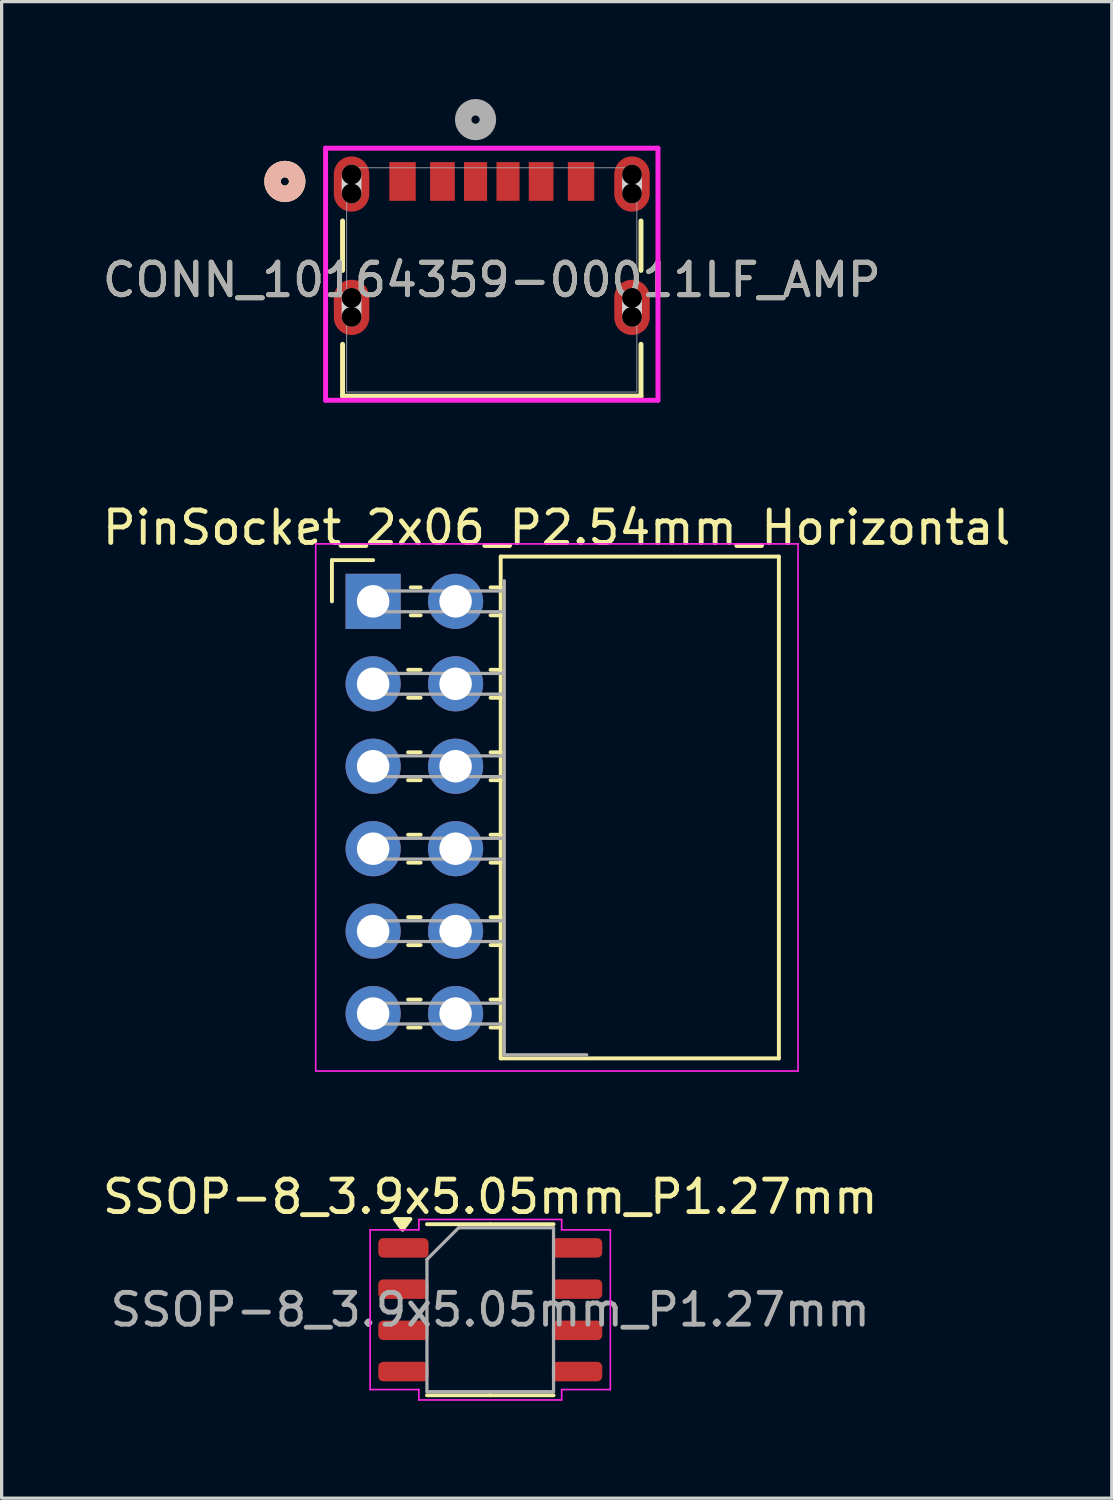
<source format=kicad_pcb>
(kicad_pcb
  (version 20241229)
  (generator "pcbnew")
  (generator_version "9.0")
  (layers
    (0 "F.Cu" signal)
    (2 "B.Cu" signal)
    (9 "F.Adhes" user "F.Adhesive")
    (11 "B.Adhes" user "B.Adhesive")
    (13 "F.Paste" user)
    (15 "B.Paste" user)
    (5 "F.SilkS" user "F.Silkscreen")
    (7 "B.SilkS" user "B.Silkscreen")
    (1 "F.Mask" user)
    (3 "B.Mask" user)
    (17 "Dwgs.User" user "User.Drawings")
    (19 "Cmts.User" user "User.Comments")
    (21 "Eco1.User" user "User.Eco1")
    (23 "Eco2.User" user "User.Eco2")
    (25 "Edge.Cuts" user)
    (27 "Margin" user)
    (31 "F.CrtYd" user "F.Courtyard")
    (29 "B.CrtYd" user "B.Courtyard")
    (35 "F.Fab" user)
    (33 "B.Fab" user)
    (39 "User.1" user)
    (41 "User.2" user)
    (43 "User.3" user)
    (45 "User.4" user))
  (footprint "SSOP-8_3.9x5.05mm_P1.27mm"
    (layer "F.Cu")
    (at 12.054 37.301)
    (property "Reference" "SSOP-8_3.9x5.05mm_P1.27mm" (at 0 -3.48 0) (layer "F.SilkS") (effects (font (size 1 1) (thickness 0.15))))
    (attr smd)
    (fp_line (start 0 -2.635) (end -1.95 -2.635) (stroke (width 0.12) (type solid)) (layer "F.SilkS"))
    (fp_line (start 0 -2.635) (end 1.95 -2.635) (stroke (width 0.12) (type solid)) (layer "F.SilkS"))
    (fp_line (start 0 2.635) (end -1.95 2.635) (stroke (width 0.12) (type solid)) (layer "F.SilkS"))
    (fp_line (start 0 2.635) (end 1.95 2.635) (stroke (width 0.12) (type solid)) (layer "F.SilkS"))
    (fp_poly (pts (xy -2.7 -2.465) (xy -2.94 -2.795) (xy -2.46 -2.795)) (stroke (width 0.12) (type solid)) (fill yes) (layer "F.SilkS"))
    (fp_line (start -3.7 -2.46) (end -2.2 -2.46) (stroke (width 0.05) (type solid)) (layer "F.CrtYd"))
    (fp_line (start -3.7 2.46) (end -3.7 -2.46) (stroke (width 0.05) (type solid)) (layer "F.CrtYd"))
    (fp_line (start -2.2 -2.78) (end 2.2 -2.78) (stroke (width 0.05) (type solid)) (layer "F.CrtYd"))
    (fp_line (start -2.2 -2.46) (end -2.2 -2.78) (stroke (width 0.05) (type solid)) (layer "F.CrtYd"))
    (fp_line (start -2.2 2.46) (end -3.7 2.46) (stroke (width 0.05) (type solid)) (layer "F.CrtYd"))
    (fp_line (start -2.2 2.78) (end -2.2 2.46) (stroke (width 0.05) (type solid)) (layer "F.CrtYd"))
    (fp_line (start 2.2 -2.78) (end 2.2 -2.46) (stroke (width 0.05) (type solid)) (layer "F.CrtYd"))
    (fp_line (start 2.2 -2.46) (end 3.7 -2.46) (stroke (width 0.05) (type solid)) (layer "F.CrtYd"))
    (fp_line (start 2.2 2.46) (end 2.2 2.78) (stroke (width 0.05) (type solid)) (layer "F.CrtYd"))
    (fp_line (start 2.2 2.78) (end -2.2 2.78) (stroke (width 0.05) (type solid)) (layer "F.CrtYd"))
    (fp_line (start 3.7 -2.46) (end 3.7 2.46) (stroke (width 0.05) (type solid)) (layer "F.CrtYd"))
    (fp_line (start 3.7 2.46) (end 2.2 2.46) (stroke (width 0.05) (type solid)) (layer "F.CrtYd"))
    (fp_line (start -1.95 -1.55) (end -0.975 -2.525) (stroke (width 0.1) (type solid)) (layer "F.Fab"))
    (fp_line (start -1.95 2.525) (end -1.95 -1.55) (stroke (width 0.1) (type solid)) (layer "F.Fab"))
    (fp_line (start -0.975 -2.525) (end 1.95 -2.525) (stroke (width 0.1) (type solid)) (layer "F.Fab"))
    (fp_line (start 1.95 -2.525) (end 1.95 2.525) (stroke (width 0.1) (type solid)) (layer "F.Fab"))
    (fp_line (start 1.95 2.525) (end -1.95 2.525) (stroke (width 0.1) (type solid)) (layer "F.Fab"))
    (fp_text user "${REFERENCE}" (at 0 0 0) (layer "F.Fab") (effects (font (size 0.98 0.98) (thickness 0.15))))
    (pad "1" smd roundrect (at -2.675 -1.905) (size 1.55 0.6) (layers "F.Cu" "F.Mask" "F.Paste") (roundrect_rratio 0.25))
    (pad "2" smd roundrect (at -2.675 -0.635) (size 1.55 0.6) (layers "F.Cu" "F.Mask" "F.Paste") (roundrect_rratio 0.25))
    (pad "3" smd roundrect (at -2.675 0.635) (size 1.55 0.6) (layers "F.Cu" "F.Mask" "F.Paste") (roundrect_rratio 0.25))
    (pad "4" smd roundrect (at -2.675 1.905) (size 1.55 0.6) (layers "F.Cu" "F.Mask" "F.Paste") (roundrect_rratio 0.25))
    (pad "5" smd roundrect (at 2.675 1.905) (size 1.55 0.6) (layers "F.Cu" "F.Mask" "F.Paste") (roundrect_rratio 0.25))
    (pad "6" smd roundrect (at 2.675 0.635) (size 1.55 0.6) (layers "F.Cu" "F.Mask" "F.Paste") (roundrect_rratio 0.25))
    (pad "7" smd roundrect (at 2.675 -0.635) (size 1.55 0.6) (layers "F.Cu" "F.Mask" "F.Paste") (roundrect_rratio 0.25))
    (pad "8" smd roundrect (at 2.675 -1.905) (size 1.55 0.6) (layers "F.Cu" "F.Mask" "F.Paste") (roundrect_rratio 0.25)))
  (footprint "PinSocket_2x06_P2.54mm_Horizontal"
    (layer "F.Cu")
    (at 8.446 15.477)
    (property "Reference" "PinSocket_2x06_P2.54mm_Horizontal" (at 5.655 -2.27 0) (layer "F.SilkS") (effects (font (size 1 1) (thickness 0.15))))
    (attr through_hole)
    (fp_line (start -1.27 -1.27) (end 0 -1.27) (stroke (width 0.12) (type solid)) (layer "F.SilkS"))
    (fp_line (start -1.27 0) (end -1.27 -1.27) (stroke (width 0.12) (type solid)) (layer "F.SilkS"))
    (fp_line (start 1.077 2.11) (end 1.463 2.11) (stroke (width 0.12) (type solid)) (layer "F.SilkS"))
    (fp_line (start 1.077 2.97) (end 1.463 2.97) (stroke (width 0.12) (type solid)) (layer "F.SilkS"))
    (fp_line (start 1.077 4.65) (end 1.463 4.65) (stroke (width 0.12) (type solid)) (layer "F.SilkS"))
    (fp_line (start 1.077 5.51) (end 1.463 5.51) (stroke (width 0.12) (type solid)) (layer "F.SilkS"))
    (fp_line (start 1.077 7.19) (end 1.463 7.19) (stroke (width 0.12) (type solid)) (layer "F.SilkS"))
    (fp_line (start 1.077 8.05) (end 1.463 8.05) (stroke (width 0.12) (type solid)) (layer "F.SilkS"))
    (fp_line (start 1.077 9.73) (end 1.463 9.73) (stroke (width 0.12) (type solid)) (layer "F.SilkS"))
    (fp_line (start 1.077 10.59) (end 1.463 10.59) (stroke (width 0.12) (type solid)) (layer "F.SilkS"))
    (fp_line (start 1.077 12.27) (end 1.463 12.27) (stroke (width 0.12) (type solid)) (layer "F.SilkS"))
    (fp_line (start 1.077 13.13) (end 1.463 13.13) (stroke (width 0.12) (type solid)) (layer "F.SilkS"))
    (fp_line (start 1.16 -0.43) (end 1.463 -0.43) (stroke (width 0.12) (type solid)) (layer "F.SilkS"))
    (fp_line (start 1.16 0.43) (end 1.463 0.43) (stroke (width 0.12) (type solid)) (layer "F.SilkS"))
    (fp_line (start 3.617 -0.43) (end 3.93 -0.43) (stroke (width 0.12) (type solid)) (layer "F.SilkS"))
    (fp_line (start 3.617 0.43) (end 3.93 0.43) (stroke (width 0.12) (type solid)) (layer "F.SilkS"))
    (fp_line (start 3.617 2.11) (end 3.93 2.11) (stroke (width 0.12) (type solid)) (layer "F.SilkS"))
    (fp_line (start 3.617 2.97) (end 3.93 2.97) (stroke (width 0.12) (type solid)) (layer "F.SilkS"))
    (fp_line (start 3.617 4.65) (end 3.93 4.65) (stroke (width 0.12) (type solid)) (layer "F.SilkS"))
    (fp_line (start 3.617 5.51) (end 3.93 5.51) (stroke (width 0.12) (type solid)) (layer "F.SilkS"))
    (fp_line (start 3.617 7.19) (end 3.93 7.19) (stroke (width 0.12) (type solid)) (layer "F.SilkS"))
    (fp_line (start 3.617 8.05) (end 3.93 8.05) (stroke (width 0.12) (type solid)) (layer "F.SilkS"))
    (fp_line (start 3.617 9.73) (end 3.93 9.73) (stroke (width 0.12) (type solid)) (layer "F.SilkS"))
    (fp_line (start 3.617 10.59) (end 3.93 10.59) (stroke (width 0.12) (type solid)) (layer "F.SilkS"))
    (fp_line (start 3.617 12.27) (end 3.93 12.27) (stroke (width 0.12) (type solid)) (layer "F.SilkS"))
    (fp_line (start 3.617 13.13) (end 3.93 13.13) (stroke (width 0.12) (type solid)) (layer "F.SilkS"))
    (fp_line (start 3.93 -1.38) (end 3.93 14.08) (stroke (width 0.12) (type solid)) (layer "F.SilkS"))
    (fp_line (start 3.93 14.08) (end 12.5 14.08) (stroke (width 0.12) (type solid)) (layer "F.SilkS"))
    (fp_line (start 12.5 -1.38) (end 3.93 -1.38) (stroke (width 0.12) (type solid)) (layer "F.SilkS"))
    (fp_line (start 12.5 14.08) (end 12.5 -1.38) (stroke (width 0.12) (type solid)) (layer "F.SilkS"))
    (fp_line (start -1.77 -1.77) (end -1.77 14.47) (stroke (width 0.05) (type solid)) (layer "F.CrtYd"))
    (fp_line (start -1.77 14.47) (end 13.09 14.47) (stroke (width 0.05) (type solid)) (layer "F.CrtYd"))
    (fp_line (start 13.09 -1.77) (end -1.77 -1.77) (stroke (width 0.05) (type solid)) (layer "F.CrtYd"))
    (fp_line (start 13.09 14.47) (end 13.09 -1.77) (stroke (width 0.05) (type solid)) (layer "F.CrtYd"))
    (fp_line (start -0.32 -0.32) (end -0.32 0.32) (stroke (width 0.1) (type solid)) (layer "F.Fab"))
    (fp_line (start -0.32 -0.32) (end 4.04 -0.32) (stroke (width 0.1) (type solid)) (layer "F.Fab"))
    (fp_line (start -0.32 0.32) (end 4.04 0.32) (stroke (width 0.1) (type solid)) (layer "F.Fab"))
    (fp_line (start -0.32 2.22) (end -0.32 2.86) (stroke (width 0.1) (type solid)) (layer "F.Fab"))
    (fp_line (start -0.32 2.22) (end 4.04 2.22) (stroke (width 0.1) (type solid)) (layer "F.Fab"))
    (fp_line (start -0.32 2.86) (end 4.04 2.86) (stroke (width 0.1) (type solid)) (layer "F.Fab"))
    (fp_line (start -0.32 4.76) (end -0.32 5.4) (stroke (width 0.1) (type solid)) (layer "F.Fab"))
    (fp_line (start -0.32 4.76) (end 4.04 4.76) (stroke (width 0.1) (type solid)) (layer "F.Fab"))
    (fp_line (start -0.32 5.4) (end 4.04 5.4) (stroke (width 0.1) (type solid)) (layer "F.Fab"))
    (fp_line (start -0.32 7.3) (end -0.32 7.94) (stroke (width 0.1) (type solid)) (layer "F.Fab"))
    (fp_line (start -0.32 7.3) (end 4.04 7.3) (stroke (width 0.1) (type solid)) (layer "F.Fab"))
    (fp_line (start -0.32 7.94) (end 4.04 7.94) (stroke (width 0.1) (type solid)) (layer "F.Fab"))
    (fp_line (start -0.32 9.84) (end -0.32 10.48) (stroke (width 0.1) (type solid)) (layer "F.Fab"))
    (fp_line (start -0.32 9.84) (end 4.04 9.84) (stroke (width 0.1) (type solid)) (layer "F.Fab"))
    (fp_line (start -0.32 10.48) (end 4.04 10.48) (stroke (width 0.1) (type solid)) (layer "F.Fab"))
    (fp_line (start -0.32 12.38) (end -0.32 13.02) (stroke (width 0.1) (type solid)) (layer "F.Fab"))
    (fp_line (start -0.32 12.38) (end 4.04 12.38) (stroke (width 0.1) (type solid)) (layer "F.Fab"))
    (fp_line (start -0.32 13.02) (end 4.04 13.02) (stroke (width 0.1) (type solid)) (layer "F.Fab"))
    (fp_line (start 4.04 13.97) (end 4.04 -0.635) (stroke (width 0.1) (type solid)) (layer "F.Fab"))
    (fp_line (start 6.58 13.97) (end 4.04 13.97) (stroke (width 0.1) (type solid)) (layer "F.Fab"))
    (pad "1" thru_hole rect (at 0 0) (size 1.7 1.7) (drill 1) (layers "*.Cu" "*.Mask"))
    (pad "2" thru_hole circle (at 2.54 0) (size 1.7 1.7) (drill 1) (layers "*.Cu" "*.Mask"))
    (pad "3" thru_hole circle (at 0 2.54) (size 1.7 1.7) (drill 1) (layers "*.Cu" "*.Mask"))
    (pad "4" thru_hole circle (at 2.54 2.54) (size 1.7 1.7) (drill 1) (layers "*.Cu" "*.Mask"))
    (pad "5" thru_hole circle (at 0 5.08) (size 1.7 1.7) (drill 1) (layers "*.Cu" "*.Mask"))
    (pad "6" thru_hole circle (at 2.54 5.08) (size 1.7 1.7) (drill 1) (layers "*.Cu" "*.Mask"))
    (pad "7" thru_hole circle (at 0 7.62) (size 1.7 1.7) (drill 1) (layers "*.Cu" "*.Mask"))
    (pad "8" thru_hole circle (at 2.54 7.62) (size 1.7 1.7) (drill 1) (layers "*.Cu" "*.Mask"))
    (pad "9" thru_hole circle (at 0 10.16) (size 1.7 1.7) (drill 1) (layers "*.Cu" "*.Mask"))
    (pad "10" thru_hole circle (at 2.54 10.16) (size 1.7 1.7) (drill 1) (layers "*.Cu" "*.Mask"))
    (pad "11" thru_hole circle (at 0 12.7) (size 1.7 1.7) (drill 1) (layers "*.Cu" "*.Mask"))
    (pad "12" thru_hole circle (at 2.54 12.7) (size 1.7 1.7) (drill 1) (layers "*.Cu" "*.Mask")))
  (footprint "CONN_10164359-00011LF_AMP"
    (layer "F.Cu")
    (at 12.101 5.574)
    (property "Reference" "CONN_10164359-00011LF_AMP" (at 0 0 0) (unlocked yes) (layer "F.SilkS") (effects (font (size 1 1) (thickness 0.15))))
    (attr smd)
    (fp_line (start -4.597 -1.816) (end -4.597 -0.293) (stroke (width 0.152) (type solid)) (layer "F.SilkS"))
    (fp_line (start -4.597 1.984) (end -4.597 3.581) (stroke (width 0.152) (type solid)) (layer "F.SilkS"))
    (fp_line (start -4.597 3.581) (end 4.597 3.581) (stroke (width 0.152) (type solid)) (layer "F.SilkS"))
    (fp_line (start 4.597 -0.293) (end 4.597 -1.816) (stroke (width 0.152) (type solid)) (layer "F.SilkS"))
    (fp_line (start 4.597 3.581) (end 4.597 1.984) (stroke (width 0.152) (type solid)) (layer "F.SilkS"))
    (fp_circle (center -6.375 -3.034) (end -5.994 -3.034) (stroke (width 0.508) (type solid)) (fill no) (layer "F.SilkS"))
    (fp_circle (center -6.375 -3.034) (end -5.994 -3.034) (stroke (width 0.508) (type solid)) (fill no) (layer "B.SilkS"))
    (fp_line (start -4.32 -2.662) (end -4.32 -3.247) (stroke (width 0.61) (type solid)) (layer "Edge.Cuts"))
    (fp_line (start -4.32 1.138) (end -4.32 0.553) (stroke (width 0.61) (type solid)) (layer "Edge.Cuts"))
    (fp_line (start 4.32 1.138) (end 4.32 0.553) (stroke (width 0.61) (type solid)) (layer "Edge.Cuts"))
    (fp_line (start 4.32 -2.662) (end 4.32 -3.247) (stroke (width 0.61) (type solid)) (layer "Edge.Cuts"))
    (fp_line (start -5.12 -4.059) (end -5.12 3.708) (stroke (width 0.152) (type solid)) (layer "F.CrtYd"))
    (fp_line (start -5.12 3.708) (end 5.12 3.708) (stroke (width 0.152) (type solid)) (layer "F.CrtYd"))
    (fp_line (start 5.12 -4.059) (end -5.12 -4.059) (stroke (width 0.152) (type solid)) (layer "F.CrtYd"))
    (fp_line (start 5.12 3.708) (end 5.12 -4.059) (stroke (width 0.152) (type solid)) (layer "F.CrtYd"))
    (fp_line (start -4.47 -3.454) (end -4.47 3.454) (stroke (width 0.025) (type solid)) (layer "F.Fab"))
    (fp_line (start -4.47 3.454) (end 4.47 3.454) (stroke (width 0.025) (type solid)) (layer "F.Fab"))
    (fp_line (start 4.47 -3.454) (end -4.47 -3.454) (stroke (width 0.025) (type solid)) (layer "F.Fab"))
    (fp_line (start 4.47 3.454) (end 4.47 -3.454) (stroke (width 0.025) (type solid)) (layer "F.Fab"))
    (fp_circle (center -0.5 -4.939) (end -0.119 -4.939) (stroke (width 0.508) (type solid)) (fill no) (layer "F.Fab"))
    (fp_text user "${REFERENCE}" (at 0 0 0) (unlocked yes) (layer "F.Fab") (effects (font (size 1 1) (thickness 0.15))))
    (pad "" np_thru_hole circle (at -4.32 -3.247) (size 0.61 0.61) (drill 0.61) (layers))
    (pad "" np_thru_hole circle (at -4.32 -2.662) (size 0.61 0.61) (drill 0.61) (layers))
    (pad "" np_thru_hole circle (at -4.32 0.553) (size 0.61 0.61) (drill 0.61) (layers))
    (pad "" np_thru_hole circle (at -4.32 1.138) (size 0.61 0.61) (drill 0.61) (layers))
    (pad "" np_thru_hole circle (at 4.32 0.553) (size 0.61 0.61) (drill 0.61) (layers))
    (pad "" np_thru_hole circle (at 4.32 1.138) (size 0.61 0.61) (drill 0.61) (layers))
    (pad "" np_thru_hole circle (at 4.32 -3.247) (size 0.61 0.61) (drill 0.61) (layers))
    (pad "" np_thru_hole circle (at 4.32 -2.662) (size 0.61 0.61) (drill 0.61) (layers))
    (pad "7" smd oval (at -4.32 -2.954) (size 1.092 1.702) (layers "F.Cu" "F.Mask" "F.Paste"))
    (pad "8" smd oval (at 4.32 -2.954) (size 1.092 1.702) (layers "F.Cu" "F.Mask" "F.Paste"))
    (pad "9" smd oval (at -4.32 0.846) (size 1.092 1.702) (layers "F.Cu" "F.Mask" "F.Paste"))
    (pad "10" smd oval (at 4.32 0.846) (size 1.092 1.702) (layers "F.Cu" "F.Mask" "F.Paste"))
    (pad "A5" smd rect (at -0.5 -3.034) (size 0.711 1.194) (layers "F.Cu" "F.Mask" "F.Paste"))
    (pad "A9" smd rect (at 1.52 -3.034) (size 0.762 1.194) (layers "F.Cu" "F.Mask" "F.Paste"))
    (pad "A12" smd rect (at 2.75 -3.034) (size 0.813 1.194) (layers "F.Cu" "F.Mask" "F.Paste"))
    (pad "B5" smd rect (at 0.5 -3.034) (size 0.711 1.194) (layers "F.Cu" "F.Mask" "F.Paste"))
    (pad "B9" smd rect (at -1.52 -3.034) (size 0.762 1.194) (layers "F.Cu" "F.Mask" "F.Paste"))
    (pad "B12" smd rect (at -2.75 -3.034) (size 0.813 1.194) (layers "F.Cu" "F.Mask" "F.Paste")))
  (gr_rect
    (start -3 -3)
    (end 31.202 43.106)
    (stroke (width 0.1) (type default))
    (fill no)
    (layer "Edge.Cuts")))
</source>
